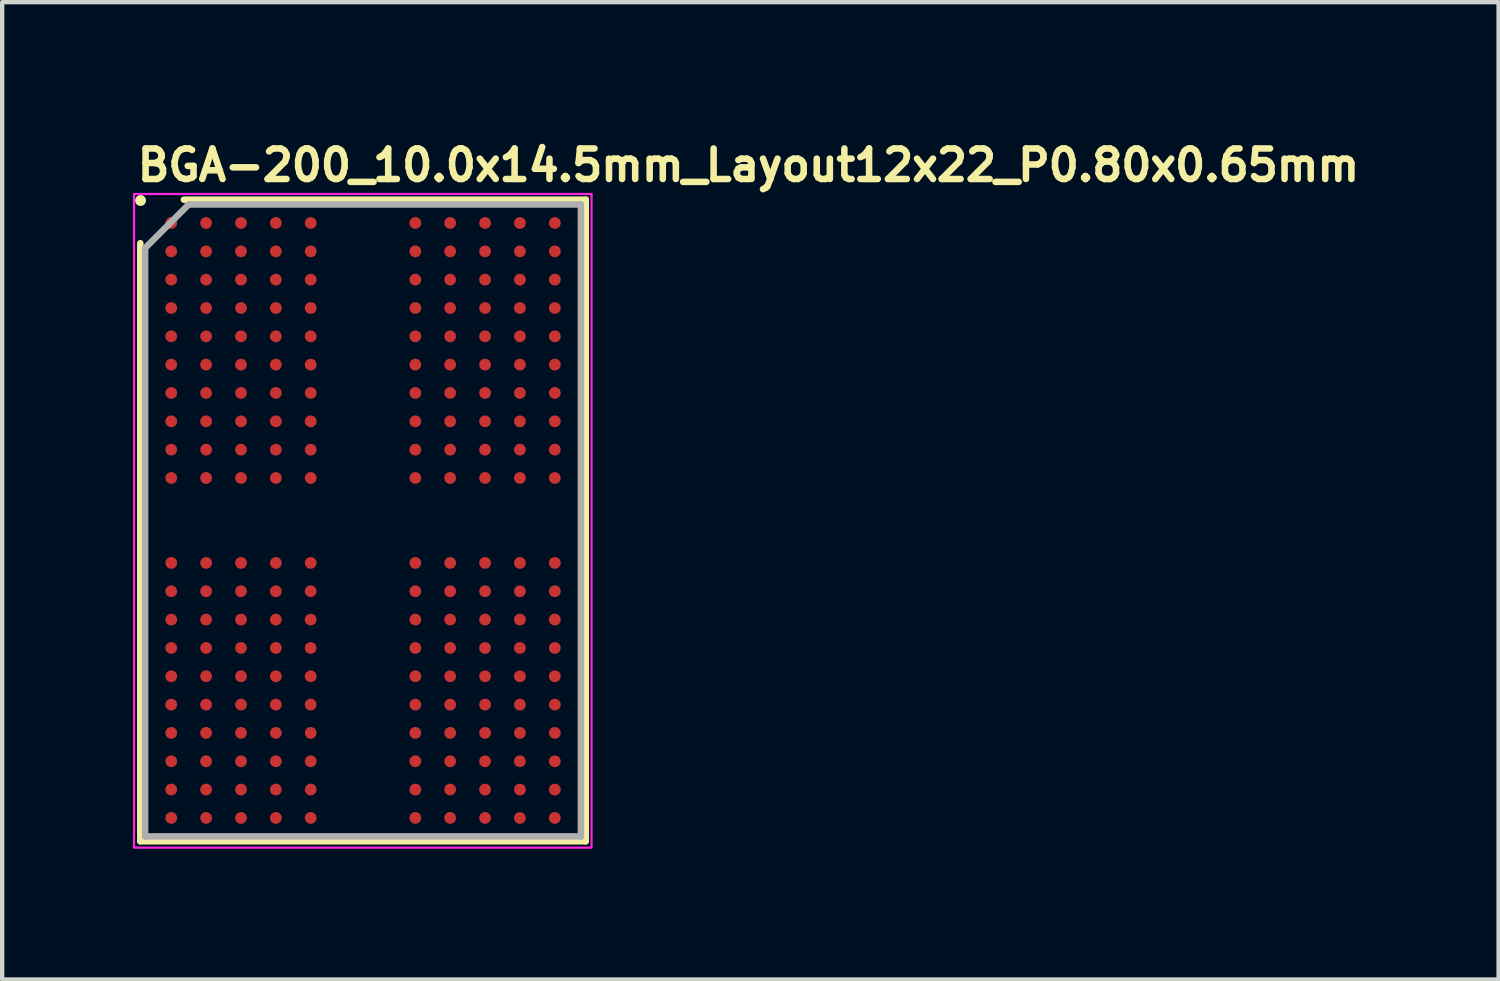
<source format=kicad_pcb>
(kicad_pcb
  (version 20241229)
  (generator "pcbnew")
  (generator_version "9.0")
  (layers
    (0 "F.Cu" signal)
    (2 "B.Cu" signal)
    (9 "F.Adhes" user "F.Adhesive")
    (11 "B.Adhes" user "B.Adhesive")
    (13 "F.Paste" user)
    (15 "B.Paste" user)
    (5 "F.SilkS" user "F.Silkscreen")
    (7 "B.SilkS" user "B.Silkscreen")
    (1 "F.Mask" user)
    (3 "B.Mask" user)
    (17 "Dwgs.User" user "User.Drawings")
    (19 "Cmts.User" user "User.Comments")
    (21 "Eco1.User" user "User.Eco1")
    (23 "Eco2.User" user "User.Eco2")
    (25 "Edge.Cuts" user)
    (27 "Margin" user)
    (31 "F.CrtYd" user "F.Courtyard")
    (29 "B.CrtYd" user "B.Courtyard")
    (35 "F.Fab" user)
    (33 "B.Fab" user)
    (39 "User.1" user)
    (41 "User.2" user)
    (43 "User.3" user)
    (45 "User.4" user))
  (footprint "BGA-200_10.0x14.5mm_Layout12x22_P0.80x0.65mm"
    (layer "F.Cu")
    (at 5.275 8.9)
    (property "Reference" "BGA-200_10.0x14.5mm_Layout12x22_P0.80x0.65mm" (at -5.25 -7.75 0) (layer "F.SilkS") (effects (font (size 0.7 0.7) (thickness 0.15)) (justify left bottom)))
    (attr smd)
    (fp_line (start -5.106 7.352) (end -5.106 -6.369) (stroke (width 0.15) (type solid)) (layer "F.SilkS"))
    (fp_line (start -4.106 -7.369) (end 5.115 -7.369) (stroke (width 0.15) (type solid)) (layer "F.SilkS"))
    (fp_line (start 5.115 -7.369) (end 5.115 7.352) (stroke (width 0.15) (type solid)) (layer "F.SilkS"))
    (fp_line (start 5.115 7.352) (end -5.106 7.352) (stroke (width 0.15) (type solid)) (layer "F.SilkS"))
    (fp_circle (center -5.1 -7.35) (end -5.05 -7.35) (stroke (width 0.15) (type solid)) (fill yes) (layer "F.SilkS"))
    (fp_rect (start -5.25 -7.5) (end 5.248 7.499) (stroke (width 0.05) (type solid)) (fill no) (layer "F.CrtYd"))
    (fp_line (start -4.996 -6.258) (end -3.996 -7.258) (stroke (width 0.15) (type solid)) (layer "F.Fab"))
    (fp_line (start -4.996 7.241) (end -4.996 -6.258) (stroke (width 0.15) (type solid)) (layer "F.Fab"))
    (fp_line (start -3.996 -7.258) (end 5.004 -7.258) (stroke (width 0.15) (type solid)) (layer "F.Fab"))
    (fp_line (start 5.004 -7.258) (end 5.004 7.241) (stroke (width 0.15) (type solid)) (layer "F.Fab"))
    (fp_line (start 5.004 7.241) (end -4.996 7.241) (stroke (width 0.15) (type solid)) (layer "F.Fab"))
    (fp_rect (start -5 -7.25) (end 4.998 7.249) (stroke (width 0.1) (type solid)) (fill no) (layer "User.5"))
    (fp_line (start -5 -7.25) (end 4.998 -7.25) (stroke (width 0.02) (type solid)) (layer "User.9"))
    (fp_line (start -5 7.249) (end -5 -7.25) (stroke (width 0.02) (type solid)) (layer "User.9"))
    (fp_line (start 4.998 -7.25) (end 4.998 7.249) (stroke (width 0.02) (type solid)) (layer "User.9"))
    (fp_line (start 4.998 7.249) (end -5 7.249) (stroke (width 0.02) (type solid)) (layer "User.9"))
    (pad "A1" smd circle (at -4.396 -6.834) (size 0.27 0.27) (layers "F.Cu" "F.Mask" "F.Paste"))
    (pad "A2" smd circle (at -3.596 -6.834) (size 0.27 0.27) (layers "F.Cu" "F.Mask" "F.Paste"))
    (pad "A3" smd circle (at -2.795 -6.834) (size 0.27 0.27) (layers "F.Cu" "F.Mask" "F.Paste"))
    (pad "A4" smd circle (at -1.996 -6.834) (size 0.27 0.27) (layers "F.Cu" "F.Mask" "F.Paste"))
    (pad "A5" smd circle (at -1.196 -6.834) (size 0.27 0.27) (layers "F.Cu" "F.Mask" "F.Paste"))
    (pad "A8" smd circle (at 1.205 -6.834) (size 0.27 0.27) (layers "F.Cu" "F.Mask" "F.Paste"))
    (pad "A9" smd circle (at 2.004 -6.834) (size 0.27 0.27) (layers "F.Cu" "F.Mask" "F.Paste"))
    (pad "A10" smd circle (at 2.805 -6.834) (size 0.27 0.27) (layers "F.Cu" "F.Mask" "F.Paste"))
    (pad "A11" smd circle (at 3.604 -6.834) (size 0.27 0.27) (layers "F.Cu" "F.Mask" "F.Paste"))
    (pad "A12" smd circle (at 4.405 -6.834) (size 0.27 0.27) (layers "F.Cu" "F.Mask" "F.Paste"))
    (pad "AA1" smd circle (at -4.396 6.166) (size 0.27 0.27) (layers "F.Cu" "F.Mask" "F.Paste"))
    (pad "AA2" smd circle (at -3.596 6.166) (size 0.27 0.27) (layers "F.Cu" "F.Mask" "F.Paste"))
    (pad "AA3" smd circle (at -2.795 6.166) (size 0.27 0.27) (layers "F.Cu" "F.Mask" "F.Paste"))
    (pad "AA4" smd circle (at -1.996 6.166) (size 0.27 0.27) (layers "F.Cu" "F.Mask" "F.Paste"))
    (pad "AA5" smd circle (at -1.196 6.166) (size 0.27 0.27) (layers "F.Cu" "F.Mask" "F.Paste"))
    (pad "AA8" smd circle (at 1.205 6.166) (size 0.27 0.27) (layers "F.Cu" "F.Mask" "F.Paste"))
    (pad "AA9" smd circle (at 2.004 6.166) (size 0.27 0.27) (layers "F.Cu" "F.Mask" "F.Paste"))
    (pad "AA10" smd circle (at 2.805 6.166) (size 0.27 0.27) (layers "F.Cu" "F.Mask" "F.Paste"))
    (pad "AA11" smd circle (at 3.604 6.166) (size 0.27 0.27) (layers "F.Cu" "F.Mask" "F.Paste"))
    (pad "AA12" smd circle (at 4.405 6.166) (size 0.27 0.27) (layers "F.Cu" "F.Mask" "F.Paste"))
    (pad "AB1" smd circle (at -4.396 6.817) (size 0.27 0.27) (layers "F.Cu" "F.Mask" "F.Paste"))
    (pad "AB2" smd circle (at -3.596 6.817) (size 0.27 0.27) (layers "F.Cu" "F.Mask" "F.Paste"))
    (pad "AB3" smd circle (at -2.795 6.817) (size 0.27 0.27) (layers "F.Cu" "F.Mask" "F.Paste"))
    (pad "AB4" smd circle (at -1.996 6.817) (size 0.27 0.27) (layers "F.Cu" "F.Mask" "F.Paste"))
    (pad "AB5" smd circle (at -1.196 6.817) (size 0.27 0.27) (layers "F.Cu" "F.Mask" "F.Paste"))
    (pad "AB8" smd circle (at 1.205 6.817) (size 0.27 0.27) (layers "F.Cu" "F.Mask" "F.Paste"))
    (pad "AB9" smd circle (at 2.004 6.817) (size 0.27 0.27) (layers "F.Cu" "F.Mask" "F.Paste"))
    (pad "AB10" smd circle (at 2.805 6.817) (size 0.27 0.27) (layers "F.Cu" "F.Mask" "F.Paste"))
    (pad "AB11" smd circle (at 3.604 6.817) (size 0.27 0.27) (layers "F.Cu" "F.Mask" "F.Paste"))
    (pad "AB12" smd circle (at 4.405 6.817) (size 0.27 0.27) (layers "F.Cu" "F.Mask" "F.Paste"))
    (pad "B1" smd circle (at -4.396 -6.183) (size 0.27 0.27) (layers "F.Cu" "F.Mask" "F.Paste"))
    (pad "B2" smd circle (at -3.596 -6.183) (size 0.27 0.27) (layers "F.Cu" "F.Mask" "F.Paste"))
    (pad "B3" smd circle (at -2.795 -6.183) (size 0.27 0.27) (layers "F.Cu" "F.Mask" "F.Paste"))
    (pad "B4" smd circle (at -1.996 -6.183) (size 0.27 0.27) (layers "F.Cu" "F.Mask" "F.Paste"))
    (pad "B5" smd circle (at -1.196 -6.183) (size 0.27 0.27) (layers "F.Cu" "F.Mask" "F.Paste"))
    (pad "B8" smd circle (at 1.205 -6.183) (size 0.27 0.27) (layers "F.Cu" "F.Mask" "F.Paste"))
    (pad "B9" smd circle (at 2.004 -6.183) (size 0.27 0.27) (layers "F.Cu" "F.Mask" "F.Paste"))
    (pad "B10" smd circle (at 2.805 -6.183) (size 0.27 0.27) (layers "F.Cu" "F.Mask" "F.Paste"))
    (pad "B11" smd circle (at 3.604 -6.183) (size 0.27 0.27) (layers "F.Cu" "F.Mask" "F.Paste"))
    (pad "B12" smd circle (at 4.405 -6.183) (size 0.27 0.27) (layers "F.Cu" "F.Mask" "F.Paste"))
    (pad "C1" smd circle (at -4.396 -5.534) (size 0.27 0.27) (layers "F.Cu" "F.Mask" "F.Paste"))
    (pad "C2" smd circle (at -3.596 -5.534) (size 0.27 0.27) (layers "F.Cu" "F.Mask" "F.Paste"))
    (pad "C3" smd circle (at -2.795 -5.534) (size 0.27 0.27) (layers "F.Cu" "F.Mask" "F.Paste"))
    (pad "C4" smd circle (at -1.996 -5.534) (size 0.27 0.27) (layers "F.Cu" "F.Mask" "F.Paste"))
    (pad "C5" smd circle (at -1.196 -5.534) (size 0.27 0.27) (layers "F.Cu" "F.Mask" "F.Paste"))
    (pad "C8" smd circle (at 1.205 -5.534) (size 0.27 0.27) (layers "F.Cu" "F.Mask" "F.Paste"))
    (pad "C9" smd circle (at 2.004 -5.534) (size 0.27 0.27) (layers "F.Cu" "F.Mask" "F.Paste"))
    (pad "C10" smd circle (at 2.805 -5.534) (size 0.27 0.27) (layers "F.Cu" "F.Mask" "F.Paste"))
    (pad "C11" smd circle (at 3.604 -5.534) (size 0.27 0.27) (layers "F.Cu" "F.Mask" "F.Paste"))
    (pad "C12" smd circle (at 4.405 -5.534) (size 0.27 0.27) (layers "F.Cu" "F.Mask" "F.Paste"))
    (pad "D1" smd circle (at -4.396 -4.883) (size 0.27 0.27) (layers "F.Cu" "F.Mask" "F.Paste"))
    (pad "D2" smd circle (at -3.596 -4.883) (size 0.27 0.27) (layers "F.Cu" "F.Mask" "F.Paste"))
    (pad "D3" smd circle (at -2.795 -4.883) (size 0.27 0.27) (layers "F.Cu" "F.Mask" "F.Paste"))
    (pad "D4" smd circle (at -1.996 -4.883) (size 0.27 0.27) (layers "F.Cu" "F.Mask" "F.Paste"))
    (pad "D5" smd circle (at -1.196 -4.883) (size 0.27 0.27) (layers "F.Cu" "F.Mask" "F.Paste"))
    (pad "D8" smd circle (at 1.205 -4.883) (size 0.27 0.27) (layers "F.Cu" "F.Mask" "F.Paste"))
    (pad "D9" smd circle (at 2.004 -4.883) (size 0.27 0.27) (layers "F.Cu" "F.Mask" "F.Paste"))
    (pad "D10" smd circle (at 2.805 -4.883) (size 0.27 0.27) (layers "F.Cu" "F.Mask" "F.Paste"))
    (pad "D11" smd circle (at 3.604 -4.883) (size 0.27 0.27) (layers "F.Cu" "F.Mask" "F.Paste"))
    (pad "D12" smd circle (at 4.405 -4.883) (size 0.27 0.27) (layers "F.Cu" "F.Mask" "F.Paste"))
    (pad "E1" smd circle (at -4.396 -4.233) (size 0.27 0.27) (layers "F.Cu" "F.Mask" "F.Paste"))
    (pad "E2" smd circle (at -3.596 -4.233) (size 0.27 0.27) (layers "F.Cu" "F.Mask" "F.Paste"))
    (pad "E3" smd circle (at -2.795 -4.233) (size 0.27 0.27) (layers "F.Cu" "F.Mask" "F.Paste"))
    (pad "E4" smd circle (at -1.996 -4.233) (size 0.27 0.27) (layers "F.Cu" "F.Mask" "F.Paste"))
    (pad "E5" smd circle (at -1.196 -4.233) (size 0.27 0.27) (layers "F.Cu" "F.Mask" "F.Paste"))
    (pad "E8" smd circle (at 1.205 -4.233) (size 0.27 0.27) (layers "F.Cu" "F.Mask" "F.Paste"))
    (pad "E9" smd circle (at 2.004 -4.233) (size 0.27 0.27) (layers "F.Cu" "F.Mask" "F.Paste"))
    (pad "E10" smd circle (at 2.805 -4.233) (size 0.27 0.27) (layers "F.Cu" "F.Mask" "F.Paste"))
    (pad "E11" smd circle (at 3.604 -4.233) (size 0.27 0.27) (layers "F.Cu" "F.Mask" "F.Paste"))
    (pad "E12" smd circle (at 4.405 -4.233) (size 0.27 0.27) (layers "F.Cu" "F.Mask" "F.Paste"))
    (pad "F1" smd circle (at -4.396 -3.584) (size 0.27 0.27) (layers "F.Cu" "F.Mask" "F.Paste"))
    (pad "F2" smd circle (at -3.596 -3.584) (size 0.27 0.27) (layers "F.Cu" "F.Mask" "F.Paste"))
    (pad "F3" smd circle (at -2.795 -3.584) (size 0.27 0.27) (layers "F.Cu" "F.Mask" "F.Paste"))
    (pad "F4" smd circle (at -1.996 -3.584) (size 0.27 0.27) (layers "F.Cu" "F.Mask" "F.Paste"))
    (pad "F5" smd circle (at -1.196 -3.584) (size 0.27 0.27) (layers "F.Cu" "F.Mask" "F.Paste"))
    (pad "F8" smd circle (at 1.205 -3.584) (size 0.27 0.27) (layers "F.Cu" "F.Mask" "F.Paste"))
    (pad "F9" smd circle (at 2.004 -3.584) (size 0.27 0.27) (layers "F.Cu" "F.Mask" "F.Paste"))
    (pad "F10" smd circle (at 2.805 -3.584) (size 0.27 0.27) (layers "F.Cu" "F.Mask" "F.Paste"))
    (pad "F11" smd circle (at 3.604 -3.584) (size 0.27 0.27) (layers "F.Cu" "F.Mask" "F.Paste"))
    (pad "F12" smd circle (at 4.405 -3.584) (size 0.27 0.27) (layers "F.Cu" "F.Mask" "F.Paste"))
    (pad "G1" smd circle (at -4.396 -2.934) (size 0.27 0.27) (layers "F.Cu" "F.Mask" "F.Paste"))
    (pad "G2" smd circle (at -3.596 -2.934) (size 0.27 0.27) (layers "F.Cu" "F.Mask" "F.Paste"))
    (pad "G3" smd circle (at -2.795 -2.934) (size 0.27 0.27) (layers "F.Cu" "F.Mask" "F.Paste"))
    (pad "G4" smd circle (at -1.996 -2.934) (size 0.27 0.27) (layers "F.Cu" "F.Mask" "F.Paste"))
    (pad "G5" smd circle (at -1.196 -2.934) (size 0.27 0.27) (layers "F.Cu" "F.Mask" "F.Paste"))
    (pad "G8" smd circle (at 1.205 -2.934) (size 0.27 0.27) (layers "F.Cu" "F.Mask" "F.Paste"))
    (pad "G9" smd circle (at 2.004 -2.934) (size 0.27 0.27) (layers "F.Cu" "F.Mask" "F.Paste"))
    (pad "G10" smd circle (at 2.805 -2.934) (size 0.27 0.27) (layers "F.Cu" "F.Mask" "F.Paste"))
    (pad "G11" smd circle (at 3.604 -2.934) (size 0.27 0.27) (layers "F.Cu" "F.Mask" "F.Paste"))
    (pad "G12" smd circle (at 4.405 -2.934) (size 0.27 0.27) (layers "F.Cu" "F.Mask" "F.Paste"))
    (pad "H1" smd circle (at -4.396 -2.283) (size 0.27 0.27) (layers "F.Cu" "F.Mask" "F.Paste"))
    (pad "H2" smd circle (at -3.596 -2.283) (size 0.27 0.27) (layers "F.Cu" "F.Mask" "F.Paste"))
    (pad "H3" smd circle (at -2.795 -2.283) (size 0.27 0.27) (layers "F.Cu" "F.Mask" "F.Paste"))
    (pad "H4" smd circle (at -1.996 -2.283) (size 0.27 0.27) (layers "F.Cu" "F.Mask" "F.Paste"))
    (pad "H5" smd circle (at -1.196 -2.283) (size 0.27 0.27) (layers "F.Cu" "F.Mask" "F.Paste"))
    (pad "H8" smd circle (at 1.205 -2.283) (size 0.27 0.27) (layers "F.Cu" "F.Mask" "F.Paste"))
    (pad "H9" smd circle (at 2.004 -2.283) (size 0.27 0.27) (layers "F.Cu" "F.Mask" "F.Paste"))
    (pad "H10" smd circle (at 2.805 -2.283) (size 0.27 0.27) (layers "F.Cu" "F.Mask" "F.Paste"))
    (pad "H11" smd circle (at 3.604 -2.283) (size 0.27 0.27) (layers "F.Cu" "F.Mask" "F.Paste"))
    (pad "H12" smd circle (at 4.405 -2.283) (size 0.27 0.27) (layers "F.Cu" "F.Mask" "F.Paste"))
    (pad "J1" smd circle (at -4.396 -1.633) (size 0.27 0.27) (layers "F.Cu" "F.Mask" "F.Paste"))
    (pad "J2" smd circle (at -3.596 -1.633) (size 0.27 0.27) (layers "F.Cu" "F.Mask" "F.Paste"))
    (pad "J3" smd circle (at -2.795 -1.633) (size 0.27 0.27) (layers "F.Cu" "F.Mask" "F.Paste"))
    (pad "J4" smd circle (at -1.996 -1.633) (size 0.27 0.27) (layers "F.Cu" "F.Mask" "F.Paste"))
    (pad "J5" smd circle (at -1.196 -1.633) (size 0.27 0.27) (layers "F.Cu" "F.Mask" "F.Paste"))
    (pad "J8" smd circle (at 1.205 -1.633) (size 0.27 0.27) (layers "F.Cu" "F.Mask" "F.Paste"))
    (pad "J9" smd circle (at 2.004 -1.633) (size 0.27 0.27) (layers "F.Cu" "F.Mask" "F.Paste"))
    (pad "J10" smd circle (at 2.805 -1.633) (size 0.27 0.27) (layers "F.Cu" "F.Mask" "F.Paste"))
    (pad "J11" smd circle (at 3.604 -1.633) (size 0.27 0.27) (layers "F.Cu" "F.Mask" "F.Paste"))
    (pad "J12" smd circle (at 4.405 -1.633) (size 0.27 0.27) (layers "F.Cu" "F.Mask" "F.Paste"))
    (pad "K1" smd circle (at -4.396 -0.983) (size 0.27 0.27) (layers "F.Cu" "F.Mask" "F.Paste"))
    (pad "K2" smd circle (at -3.596 -0.983) (size 0.27 0.27) (layers "F.Cu" "F.Mask" "F.Paste"))
    (pad "K3" smd circle (at -2.795 -0.983) (size 0.27 0.27) (layers "F.Cu" "F.Mask" "F.Paste"))
    (pad "K4" smd circle (at -1.996 -0.983) (size 0.27 0.27) (layers "F.Cu" "F.Mask" "F.Paste"))
    (pad "K5" smd circle (at -1.196 -0.983) (size 0.27 0.27) (layers "F.Cu" "F.Mask" "F.Paste"))
    (pad "K8" smd circle (at 1.205 -0.983) (size 0.27 0.27) (layers "F.Cu" "F.Mask" "F.Paste"))
    (pad "K9" smd circle (at 2.004 -0.983) (size 0.27 0.27) (layers "F.Cu" "F.Mask" "F.Paste"))
    (pad "K10" smd circle (at 2.805 -0.983) (size 0.27 0.27) (layers "F.Cu" "F.Mask" "F.Paste"))
    (pad "K11" smd circle (at 3.604 -0.983) (size 0.27 0.27) (layers "F.Cu" "F.Mask" "F.Paste"))
    (pad "K12" smd circle (at 4.405 -0.983) (size 0.27 0.27) (layers "F.Cu" "F.Mask" "F.Paste"))
    (pad "N1" smd circle (at -4.396 0.966) (size 0.27 0.27) (layers "F.Cu" "F.Mask" "F.Paste"))
    (pad "N2" smd circle (at -3.596 0.966) (size 0.27 0.27) (layers "F.Cu" "F.Mask" "F.Paste"))
    (pad "N3" smd circle (at -2.795 0.966) (size 0.27 0.27) (layers "F.Cu" "F.Mask" "F.Paste"))
    (pad "N4" smd circle (at -1.996 0.966) (size 0.27 0.27) (layers "F.Cu" "F.Mask" "F.Paste"))
    (pad "N5" smd circle (at -1.196 0.966) (size 0.27 0.27) (layers "F.Cu" "F.Mask" "F.Paste"))
    (pad "N8" smd circle (at 1.205 0.966) (size 0.27 0.27) (layers "F.Cu" "F.Mask" "F.Paste"))
    (pad "N9" smd circle (at 2.004 0.966) (size 0.27 0.27) (layers "F.Cu" "F.Mask" "F.Paste"))
    (pad "N10" smd circle (at 2.805 0.966) (size 0.27 0.27) (layers "F.Cu" "F.Mask" "F.Paste"))
    (pad "N11" smd circle (at 3.604 0.966) (size 0.27 0.27) (layers "F.Cu" "F.Mask" "F.Paste"))
    (pad "N12" smd circle (at 4.405 0.966) (size 0.27 0.27) (layers "F.Cu" "F.Mask" "F.Paste"))
    (pad "P1" smd circle (at -4.396 1.616) (size 0.27 0.27) (layers "F.Cu" "F.Mask" "F.Paste"))
    (pad "P2" smd circle (at -3.596 1.616) (size 0.27 0.27) (layers "F.Cu" "F.Mask" "F.Paste"))
    (pad "P3" smd circle (at -2.795 1.616) (size 0.27 0.27) (layers "F.Cu" "F.Mask" "F.Paste"))
    (pad "P4" smd circle (at -1.996 1.616) (size 0.27 0.27) (layers "F.Cu" "F.Mask" "F.Paste"))
    (pad "P5" smd circle (at -1.196 1.616) (size 0.27 0.27) (layers "F.Cu" "F.Mask" "F.Paste"))
    (pad "P8" smd circle (at 1.205 1.616) (size 0.27 0.27) (layers "F.Cu" "F.Mask" "F.Paste"))
    (pad "P9" smd circle (at 2.004 1.616) (size 0.27 0.27) (layers "F.Cu" "F.Mask" "F.Paste"))
    (pad "P10" smd circle (at 2.805 1.616) (size 0.27 0.27) (layers "F.Cu" "F.Mask" "F.Paste"))
    (pad "P11" smd circle (at 3.604 1.616) (size 0.27 0.27) (layers "F.Cu" "F.Mask" "F.Paste"))
    (pad "P12" smd circle (at 4.405 1.616) (size 0.27 0.27) (layers "F.Cu" "F.Mask" "F.Paste"))
    (pad "R1" smd circle (at -4.396 2.266) (size 0.27 0.27) (layers "F.Cu" "F.Mask" "F.Paste"))
    (pad "R2" smd circle (at -3.596 2.266) (size 0.27 0.27) (layers "F.Cu" "F.Mask" "F.Paste"))
    (pad "R3" smd circle (at -2.795 2.266) (size 0.27 0.27) (layers "F.Cu" "F.Mask" "F.Paste"))
    (pad "R4" smd circle (at -1.996 2.266) (size 0.27 0.27) (layers "F.Cu" "F.Mask" "F.Paste"))
    (pad "R5" smd circle (at -1.196 2.266) (size 0.27 0.27) (layers "F.Cu" "F.Mask" "F.Paste"))
    (pad "R8" smd circle (at 1.205 2.266) (size 0.27 0.27) (layers "F.Cu" "F.Mask" "F.Paste"))
    (pad "R9" smd circle (at 2.004 2.266) (size 0.27 0.27) (layers "F.Cu" "F.Mask" "F.Paste"))
    (pad "R10" smd circle (at 2.805 2.266) (size 0.27 0.27) (layers "F.Cu" "F.Mask" "F.Paste"))
    (pad "R11" smd circle (at 3.604 2.266) (size 0.27 0.27) (layers "F.Cu" "F.Mask" "F.Paste"))
    (pad "R12" smd circle (at 4.405 2.266) (size 0.27 0.27) (layers "F.Cu" "F.Mask" "F.Paste"))
    (pad "T1" smd circle (at -4.396 2.917) (size 0.27 0.27) (layers "F.Cu" "F.Mask" "F.Paste"))
    (pad "T2" smd circle (at -3.596 2.917) (size 0.27 0.27) (layers "F.Cu" "F.Mask" "F.Paste"))
    (pad "T3" smd circle (at -2.795 2.917) (size 0.27 0.27) (layers "F.Cu" "F.Mask" "F.Paste"))
    (pad "T4" smd circle (at -1.996 2.917) (size 0.27 0.27) (layers "F.Cu" "F.Mask" "F.Paste"))
    (pad "T5" smd circle (at -1.196 2.917) (size 0.27 0.27) (layers "F.Cu" "F.Mask" "F.Paste"))
    (pad "T8" smd circle (at 1.205 2.917) (size 0.27 0.27) (layers "F.Cu" "F.Mask" "F.Paste"))
    (pad "T9" smd circle (at 2.004 2.917) (size 0.27 0.27) (layers "F.Cu" "F.Mask" "F.Paste"))
    (pad "T10" smd circle (at 2.805 2.917) (size 0.27 0.27) (layers "F.Cu" "F.Mask" "F.Paste"))
    (pad "T11" smd circle (at 3.604 2.917) (size 0.27 0.27) (layers "F.Cu" "F.Mask" "F.Paste"))
    (pad "T12" smd circle (at 4.405 2.917) (size 0.27 0.27) (layers "F.Cu" "F.Mask" "F.Paste"))
    (pad "U1" smd circle (at -4.396 3.567) (size 0.27 0.27) (layers "F.Cu" "F.Mask" "F.Paste"))
    (pad "U2" smd circle (at -3.596 3.567) (size 0.27 0.27) (layers "F.Cu" "F.Mask" "F.Paste"))
    (pad "U3" smd circle (at -2.795 3.567) (size 0.27 0.27) (layers "F.Cu" "F.Mask" "F.Paste"))
    (pad "U4" smd circle (at -1.996 3.567) (size 0.27 0.27) (layers "F.Cu" "F.Mask" "F.Paste"))
    (pad "U5" smd circle (at -1.196 3.567) (size 0.27 0.27) (layers "F.Cu" "F.Mask" "F.Paste"))
    (pad "U8" smd circle (at 1.205 3.567) (size 0.27 0.27) (layers "F.Cu" "F.Mask" "F.Paste"))
    (pad "U9" smd circle (at 2.004 3.567) (size 0.27 0.27) (layers "F.Cu" "F.Mask" "F.Paste"))
    (pad "U10" smd circle (at 2.805 3.567) (size 0.27 0.27) (layers "F.Cu" "F.Mask" "F.Paste"))
    (pad "U11" smd circle (at 3.604 3.567) (size 0.27 0.27) (layers "F.Cu" "F.Mask" "F.Paste"))
    (pad "U12" smd circle (at 4.405 3.567) (size 0.27 0.27) (layers "F.Cu" "F.Mask" "F.Paste"))
    (pad "V1" smd circle (at -4.396 4.217) (size 0.27 0.27) (layers "F.Cu" "F.Mask" "F.Paste"))
    (pad "V2" smd circle (at -3.596 4.217) (size 0.27 0.27) (layers "F.Cu" "F.Mask" "F.Paste"))
    (pad "V3" smd circle (at -2.795 4.217) (size 0.27 0.27) (layers "F.Cu" "F.Mask" "F.Paste"))
    (pad "V4" smd circle (at -1.996 4.217) (size 0.27 0.27) (layers "F.Cu" "F.Mask" "F.Paste"))
    (pad "V5" smd circle (at -1.196 4.217) (size 0.27 0.27) (layers "F.Cu" "F.Mask" "F.Paste"))
    (pad "V8" smd circle (at 1.205 4.217) (size 0.27 0.27) (layers "F.Cu" "F.Mask" "F.Paste"))
    (pad "V9" smd circle (at 2.004 4.217) (size 0.27 0.27) (layers "F.Cu" "F.Mask" "F.Paste"))
    (pad "V10" smd circle (at 2.805 4.217) (size 0.27 0.27) (layers "F.Cu" "F.Mask" "F.Paste"))
    (pad "V11" smd circle (at 3.604 4.217) (size 0.27 0.27) (layers "F.Cu" "F.Mask" "F.Paste"))
    (pad "V12" smd circle (at 4.405 4.217) (size 0.27 0.27) (layers "F.Cu" "F.Mask" "F.Paste"))
    (pad "W1" smd circle (at -4.396 4.866) (size 0.27 0.27) (layers "F.Cu" "F.Mask" "F.Paste"))
    (pad "W2" smd circle (at -3.596 4.866) (size 0.27 0.27) (layers "F.Cu" "F.Mask" "F.Paste"))
    (pad "W3" smd circle (at -2.795 4.866) (size 0.27 0.27) (layers "F.Cu" "F.Mask" "F.Paste"))
    (pad "W4" smd circle (at -1.996 4.866) (size 0.27 0.27) (layers "F.Cu" "F.Mask" "F.Paste"))
    (pad "W5" smd circle (at -1.196 4.866) (size 0.27 0.27) (layers "F.Cu" "F.Mask" "F.Paste"))
    (pad "W8" smd circle (at 1.205 4.866) (size 0.27 0.27) (layers "F.Cu" "F.Mask" "F.Paste"))
    (pad "W9" smd circle (at 2.004 4.866) (size 0.27 0.27) (layers "F.Cu" "F.Mask" "F.Paste"))
    (pad "W10" smd circle (at 2.805 4.866) (size 0.27 0.27) (layers "F.Cu" "F.Mask" "F.Paste"))
    (pad "W11" smd circle (at 3.604 4.866) (size 0.27 0.27) (layers "F.Cu" "F.Mask" "F.Paste"))
    (pad "W12" smd circle (at 4.405 4.866) (size 0.27 0.27) (layers "F.Cu" "F.Mask" "F.Paste"))
    (pad "Y1" smd circle (at -4.396 5.517) (size 0.27 0.27) (layers "F.Cu" "F.Mask" "F.Paste"))
    (pad "Y2" smd circle (at -3.596 5.517) (size 0.27 0.27) (layers "F.Cu" "F.Mask" "F.Paste"))
    (pad "Y3" smd circle (at -2.795 5.517) (size 0.27 0.27) (layers "F.Cu" "F.Mask" "F.Paste"))
    (pad "Y4" smd circle (at -1.996 5.517) (size 0.27 0.27) (layers "F.Cu" "F.Mask" "F.Paste"))
    (pad "Y5" smd circle (at -1.196 5.517) (size 0.27 0.27) (layers "F.Cu" "F.Mask" "F.Paste"))
    (pad "Y8" smd circle (at 1.205 5.517) (size 0.27 0.27) (layers "F.Cu" "F.Mask" "F.Paste"))
    (pad "Y9" smd circle (at 2.004 5.517) (size 0.27 0.27) (layers "F.Cu" "F.Mask" "F.Paste"))
    (pad "Y10" smd circle (at 2.805 5.517) (size 0.27 0.27) (layers "F.Cu" "F.Mask" "F.Paste"))
    (pad "Y11" smd circle (at 3.604 5.517) (size 0.27 0.27) (layers "F.Cu" "F.Mask" "F.Paste"))
    (pad "Y12" smd circle (at 4.405 5.517) (size 0.27 0.27) (layers "F.Cu" "F.Mask" "F.Paste")))
  (gr_rect
    (start -3 -3)
    (end 31.335 19.424)
    (stroke (width 0.1) (type default))
    (fill no)
    (layer "Edge.Cuts")))
</source>
